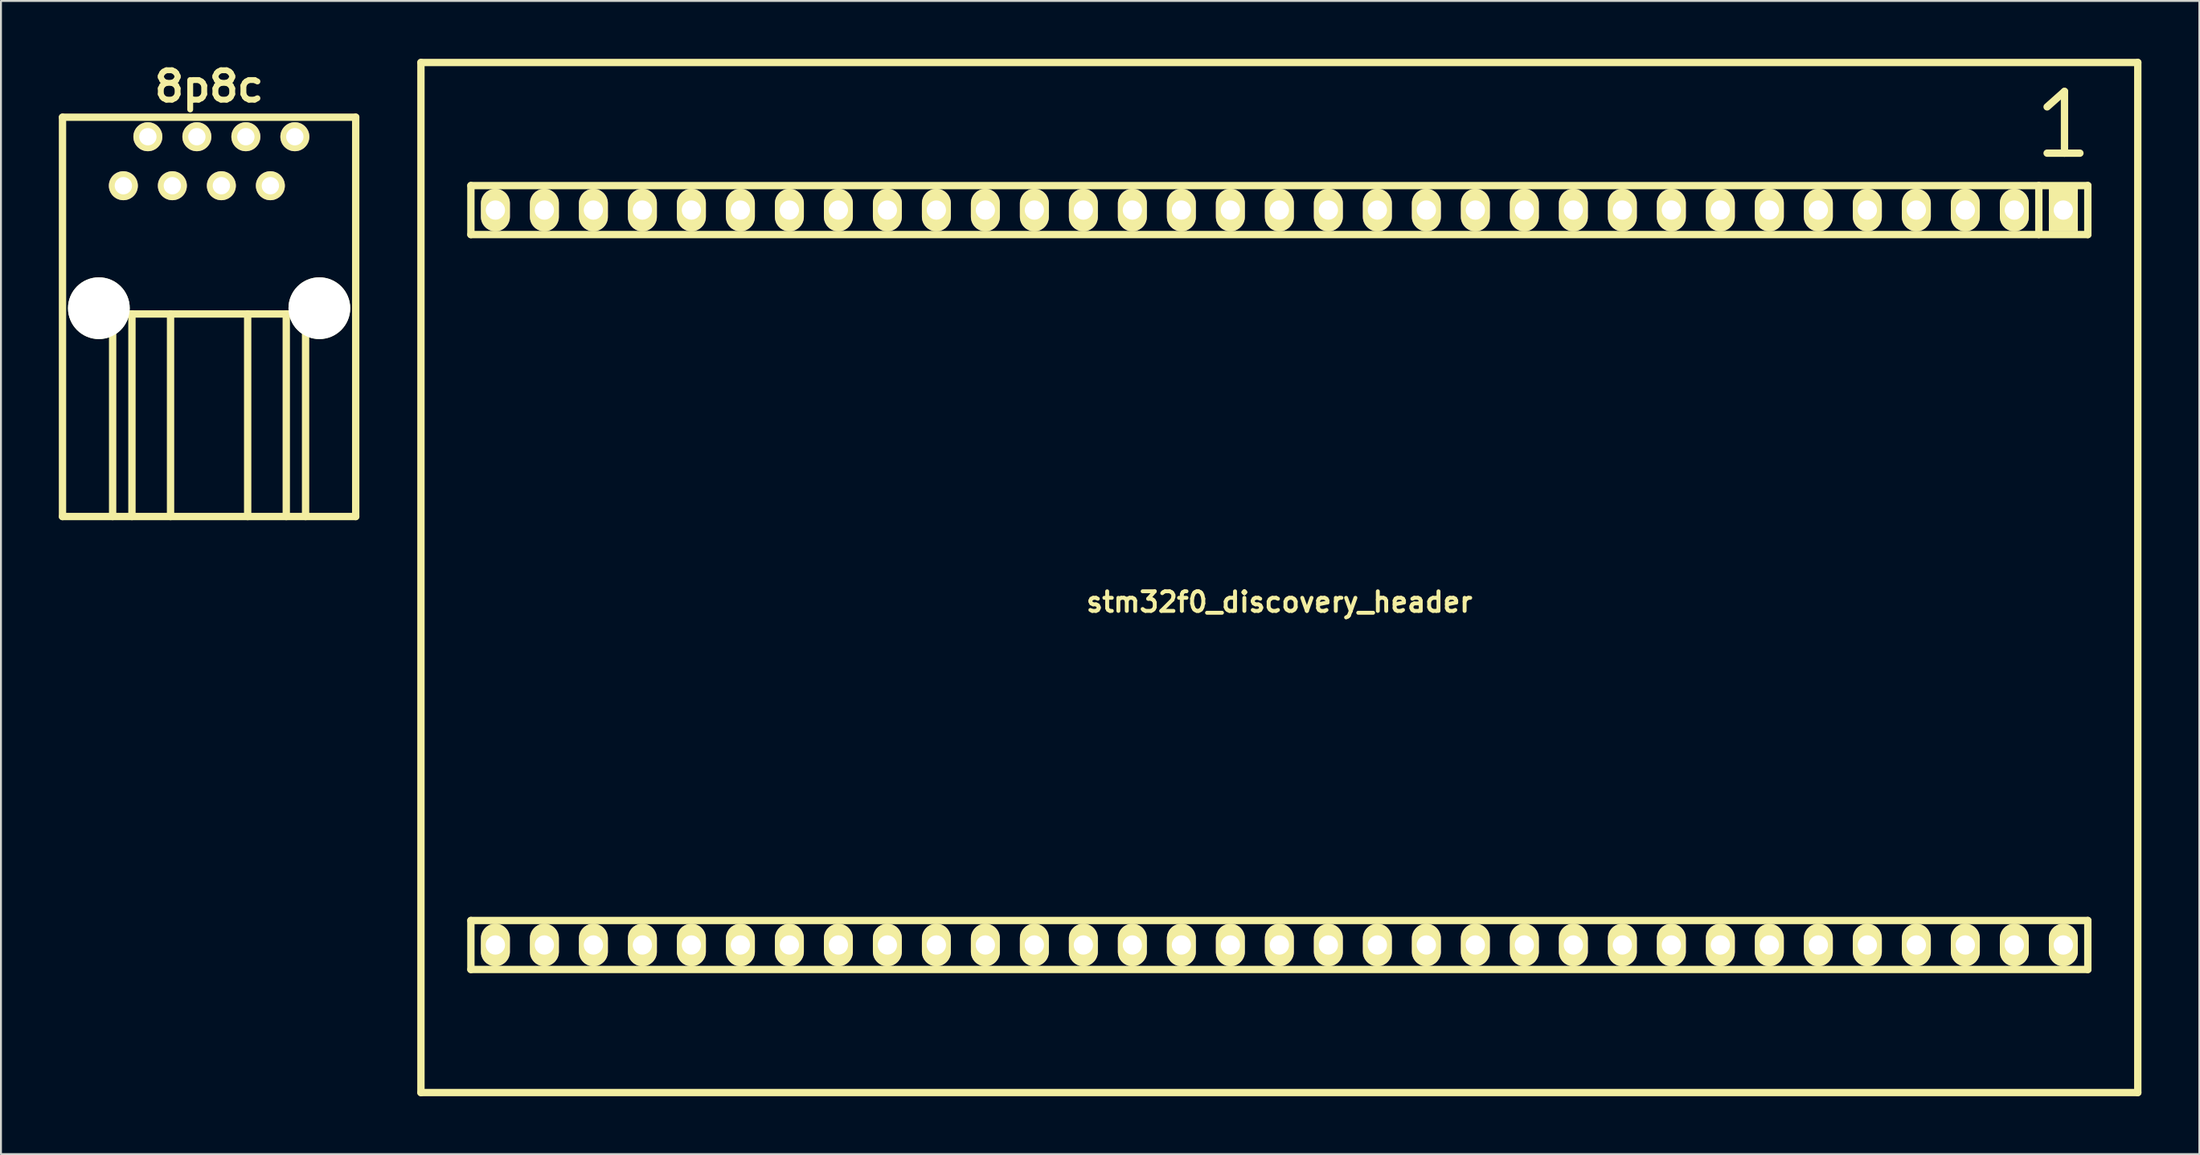
<source format=kicad_pcb>
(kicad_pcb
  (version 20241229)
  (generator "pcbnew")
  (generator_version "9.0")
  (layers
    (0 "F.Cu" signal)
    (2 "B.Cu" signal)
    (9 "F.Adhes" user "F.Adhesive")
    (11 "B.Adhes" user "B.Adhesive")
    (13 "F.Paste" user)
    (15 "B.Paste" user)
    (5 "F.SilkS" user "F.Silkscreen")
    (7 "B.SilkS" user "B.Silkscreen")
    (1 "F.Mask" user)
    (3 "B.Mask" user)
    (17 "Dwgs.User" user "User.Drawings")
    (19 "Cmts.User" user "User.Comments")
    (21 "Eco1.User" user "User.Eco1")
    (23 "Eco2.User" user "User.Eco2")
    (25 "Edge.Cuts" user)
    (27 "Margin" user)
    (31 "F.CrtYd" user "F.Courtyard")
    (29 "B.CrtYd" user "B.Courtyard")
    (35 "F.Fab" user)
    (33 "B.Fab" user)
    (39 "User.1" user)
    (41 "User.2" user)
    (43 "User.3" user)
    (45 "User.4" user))
  (footprint "8p8c"
    (layer "F.Cu")
    (at 7.79 12.928)
    (property "Reference" "8p8c" (at 0 -11.501 0) (layer "F.SilkS") (effects (font (size 1.524 1.524) (thickness 0.305))))
    (attr through_hole)
    (fp_line (start -7.6 -9.901) (end 7.6 -9.901) (stroke (width 0.381) (type solid)) (layer "F.SilkS"))
    (fp_line (start -7.6 10.8) (end -7.6 -9.901) (stroke (width 0.381) (type solid)) (layer "F.SilkS"))
    (fp_line (start -7.6 10.8) (end 7.6 10.8) (stroke (width 0.381) (type solid)) (layer "F.SilkS"))
    (fp_line (start -5.001 0.3) (end -5.001 10.8) (stroke (width 0.381) (type solid)) (layer "F.SilkS"))
    (fp_line (start -5.001 0.3) (end 5.001 0.3) (stroke (width 0.381) (type solid)) (layer "F.SilkS"))
    (fp_line (start -4 10.8) (end -4 0.3) (stroke (width 0.381) (type solid)) (layer "F.SilkS"))
    (fp_line (start -1.999 10.8) (end -1.999 0.3) (stroke (width 0.381) (type solid)) (layer "F.SilkS"))
    (fp_line (start 1.999 10.8) (end 1.999 0.3) (stroke (width 0.381) (type solid)) (layer "F.SilkS"))
    (fp_line (start 4 0.3) (end 4 10.8) (stroke (width 0.381) (type solid)) (layer "F.SilkS"))
    (fp_line (start 5.001 0.3) (end 5.001 10.8) (stroke (width 0.381) (type solid)) (layer "F.SilkS"))
    (fp_line (start 7.6 -9.901) (end 7.6 10.8) (stroke (width 0.381) (type solid)) (layer "F.SilkS"))
    (pad "" np_thru_hole circle (at -5.715 0) (size 3.2 3.2) (drill 3.2) (layers "*.Cu" "*.Mask" "F.SilkS"))
    (pad "" np_thru_hole circle (at 5.715 0) (size 3.2 3.2) (drill 3.2) (layers "*.Cu" "*.Mask" "F.SilkS"))
    (pad "1" thru_hole circle (at -4.445 -6.35) (size 1.501 1.501) (drill 0.899) (layers "*.Cu" "*.Mask" "F.SilkS"))
    (pad "2" thru_hole circle (at -3.175 -8.89) (size 1.501 1.501) (drill 0.899) (layers "*.Cu" "*.Mask" "F.SilkS"))
    (pad "3" thru_hole circle (at -1.905 -6.35) (size 1.501 1.501) (drill 0.899) (layers "*.Cu" "*.Mask" "F.SilkS"))
    (pad "4" thru_hole circle (at -0.635 -8.89) (size 1.501 1.501) (drill 0.899) (layers "*.Cu" "*.Mask" "F.SilkS"))
    (pad "5" thru_hole circle (at 0.635 -6.35) (size 1.501 1.501) (drill 0.899) (layers "*.Cu" "*.Mask" "F.SilkS"))
    (pad "6" thru_hole circle (at 1.905 -8.89) (size 1.501 1.501) (drill 0.899) (layers "*.Cu" "*.Mask" "F.SilkS"))
    (pad "7" thru_hole circle (at 3.175 -6.35) (size 1.501 1.501) (drill 0.899) (layers "*.Cu" "*.Mask" "F.SilkS"))
    (pad "8" thru_hole circle (at 4.445 -8.89) (size 1.501 1.501) (drill 0.899) (layers "*.Cu" "*.Mask" "F.SilkS")))
  (footprint "stm32f0_discovery_header"
    (layer "F.Cu")
    (at 63.271 26.89)
    (property "Reference" "stm32f0_discovery_header" (at 0 1.27 0) (layer "F.SilkS") (effects (font (size 1.016 1.016) (thickness 0.203))))
    (attr through_hole)
    (fp_line (start -44.5 26.7) (end -44.5 -26.7) (stroke (width 0.381) (type solid)) (layer "F.SilkS"))
    (fp_line (start -44.5 26.7) (end 44.5 26.7) (stroke (width 0.381) (type solid)) (layer "F.SilkS"))
    (fp_line (start -41.91 -20.32) (end -41.91 -17.78) (stroke (width 0.381) (type solid)) (layer "F.SilkS"))
    (fp_line (start -41.91 -20.32) (end 41.91 -20.32) (stroke (width 0.381) (type solid)) (layer "F.SilkS"))
    (fp_line (start -41.91 -17.78) (end 41.91 -17.78) (stroke (width 0.381) (type solid)) (layer "F.SilkS"))
    (fp_line (start -41.91 17.78) (end -41.91 20.32) (stroke (width 0.381) (type solid)) (layer "F.SilkS"))
    (fp_line (start -41.91 17.78) (end 41.91 17.78) (stroke (width 0.381) (type solid)) (layer "F.SilkS"))
    (fp_line (start -41.91 20.32) (end 41.91 20.32) (stroke (width 0.381) (type solid)) (layer "F.SilkS"))
    (fp_line (start 39.37 -20.32) (end 39.37 -17.78) (stroke (width 0.381) (type solid)) (layer "F.SilkS"))
    (fp_line (start 39.8 -22) (end 41.5 -22) (stroke (width 0.381) (type solid)) (layer "F.SilkS"))
    (fp_line (start 40.7 -25.2) (end 39.8 -24.4) (stroke (width 0.381) (type solid)) (layer "F.SilkS"))
    (fp_line (start 40.7 -22) (end 40.7 -25.2) (stroke (width 0.381) (type solid)) (layer "F.SilkS"))
    (fp_line (start 41.91 -20.32) (end 41.91 -17.78) (stroke (width 0.381) (type solid)) (layer "F.SilkS"))
    (fp_line (start 41.91 17.78) (end 41.91 20.32) (stroke (width 0.381) (type solid)) (layer "F.SilkS"))
    (fp_line (start 44.5 -26.7) (end -44.5 -26.7) (stroke (width 0.381) (type solid)) (layer "F.SilkS"))
    (fp_line (start 44.5 26.7) (end 44.5 -26.7) (stroke (width 0.381) (type solid)) (layer "F.SilkS"))
    (pad "1" thru_hole rect (at 40.64 -19.05) (size 1.5 2.2) (drill 1.001) (layers "*.Cu" "*.Mask" "F.SilkS"))
    (pad "2" thru_hole oval (at 38.1 -19.05) (size 1.5 2.2) (drill 0.998) (layers "*.Cu" "*.Mask" "F.SilkS"))
    (pad "3" thru_hole oval (at 35.56 -19.05) (size 1.5 2.2) (drill 0.998) (layers "*.Cu" "*.Mask" "F.SilkS"))
    (pad "4" thru_hole oval (at 33.02 -19.05) (size 1.5 2.2) (drill 0.998) (layers "*.Cu" "*.Mask" "F.SilkS"))
    (pad "5" thru_hole oval (at 30.48 -19.05) (size 1.5 2.2) (drill 0.998) (layers "*.Cu" "*.Mask" "F.SilkS"))
    (pad "6" thru_hole oval (at 27.94 -19.05) (size 1.5 2.2) (drill 0.998) (layers "*.Cu" "*.Mask" "F.SilkS"))
    (pad "7" thru_hole oval (at 25.4 -19.05) (size 1.5 2.2) (drill 0.998) (layers "*.Cu" "*.Mask" "F.SilkS"))
    (pad "8" thru_hole oval (at 22.86 -19.05) (size 1.5 2.2) (drill 0.998) (layers "*.Cu" "*.Mask" "F.SilkS"))
    (pad "9" thru_hole oval (at 20.32 -19.05) (size 1.5 2.2) (drill 0.998) (layers "*.Cu" "*.Mask" "F.SilkS"))
    (pad "10" thru_hole oval (at 17.78 -19.05) (size 1.5 2.2) (drill 0.998) (layers "*.Cu" "*.Mask" "F.SilkS"))
    (pad "11" thru_hole oval (at 15.24 -19.05) (size 1.5 2.2) (drill 0.998) (layers "*.Cu" "*.Mask" "F.SilkS"))
    (pad "12" thru_hole oval (at 12.7 -19.05) (size 1.5 2.2) (drill 0.998) (layers "*.Cu" "*.Mask" "F.SilkS"))
    (pad "13" thru_hole oval (at 10.16 -19.05) (size 1.5 2.2) (drill 0.998) (layers "*.Cu" "*.Mask" "F.SilkS"))
    (pad "14" thru_hole oval (at 7.62 -19.05) (size 1.5 2.2) (drill 0.998) (layers "*.Cu" "*.Mask" "F.SilkS"))
    (pad "15" thru_hole oval (at 5.08 -19.05) (size 1.5 2.2) (drill 0.998) (layers "*.Cu" "*.Mask" "F.SilkS"))
    (pad "16" thru_hole oval (at 2.54 -19.05) (size 1.5 2.2) (drill 0.998) (layers "*.Cu" "*.Mask" "F.SilkS"))
    (pad "17" thru_hole oval (at 0 -19.05) (size 1.5 2.2) (drill 0.998) (layers "*.Cu" "*.Mask" "F.SilkS"))
    (pad "18" thru_hole oval (at -2.54 -19.05) (size 1.5 2.2) (drill 0.998) (layers "*.Cu" "*.Mask" "F.SilkS"))
    (pad "19" thru_hole oval (at -5.08 -19.05) (size 1.5 2.2) (drill 0.998) (layers "*.Cu" "*.Mask" "F.SilkS"))
    (pad "20" thru_hole oval (at -7.62 -19.05) (size 1.5 2.2) (drill 0.998) (layers "*.Cu" "*.Mask" "F.SilkS"))
    (pad "21" thru_hole oval (at -10.16 -19.05) (size 1.5 2.2) (drill 0.998) (layers "*.Cu" "*.Mask" "F.SilkS"))
    (pad "22" thru_hole oval (at -12.7 -19.05) (size 1.5 2.2) (drill 0.998) (layers "*.Cu" "*.Mask" "F.SilkS"))
    (pad "23" thru_hole oval (at -15.24 -19.05) (size 1.5 2.2) (drill 0.998) (layers "*.Cu" "*.Mask" "F.SilkS"))
    (pad "24" thru_hole oval (at -17.78 -19.05) (size 1.5 2.2) (drill 0.998) (layers "*.Cu" "*.Mask" "F.SilkS"))
    (pad "25" thru_hole oval (at -20.32 -19.05) (size 1.5 2.2) (drill 0.998) (layers "*.Cu" "*.Mask" "F.SilkS"))
    (pad "26" thru_hole oval (at -22.86 -19.05) (size 1.5 2.2) (drill 0.998) (layers "*.Cu" "*.Mask" "F.SilkS"))
    (pad "27" thru_hole oval (at -25.4 -19.05) (size 1.5 2.2) (drill 0.998) (layers "*.Cu" "*.Mask" "F.SilkS"))
    (pad "28" thru_hole oval (at -27.94 -19.05) (size 1.5 2.2) (drill 0.998) (layers "*.Cu" "*.Mask" "F.SilkS"))
    (pad "29" thru_hole oval (at -30.48 -19.05) (size 1.5 2.2) (drill 0.998) (layers "*.Cu" "*.Mask" "F.SilkS"))
    (pad "30" thru_hole oval (at -33.02 -19.05) (size 1.5 2.2) (drill 0.998) (layers "*.Cu" "*.Mask" "F.SilkS"))
    (pad "31" thru_hole oval (at -35.56 -19.05) (size 1.5 2.2) (drill 0.998) (layers "*.Cu" "*.Mask" "F.SilkS"))
    (pad "32" thru_hole oval (at -38.1 -19.05) (size 1.5 2.2) (drill 0.998) (layers "*.Cu" "*.Mask" "F.SilkS"))
    (pad "33" thru_hole oval (at -40.64 -19.05) (size 1.5 2.2) (drill 0.998) (layers "*.Cu" "*.Mask" "F.SilkS"))
    (pad "34" thru_hole oval (at -40.64 19.05) (size 1.5 2.2) (drill 0.998) (layers "*.Cu" "*.Mask" "F.SilkS"))
    (pad "35" thru_hole oval (at -38.1 19.05) (size 1.5 2.2) (drill 0.998) (layers "*.Cu" "*.Mask" "F.SilkS"))
    (pad "36" thru_hole oval (at -35.56 19.05) (size 1.5 2.2) (drill 0.998) (layers "*.Cu" "*.Mask" "F.SilkS"))
    (pad "37" thru_hole oval (at -33.02 19.05) (size 1.5 2.2) (drill 0.998) (layers "*.Cu" "*.Mask" "F.SilkS"))
    (pad "38" thru_hole oval (at -30.48 19.05) (size 1.5 2.2) (drill 0.998) (layers "*.Cu" "*.Mask" "F.SilkS"))
    (pad "39" thru_hole oval (at -27.94 19.05) (size 1.5 2.2) (drill 0.998) (layers "*.Cu" "*.Mask" "F.SilkS"))
    (pad "40" thru_hole oval (at -25.4 19.05) (size 1.5 2.2) (drill 0.998) (layers "*.Cu" "*.Mask" "F.SilkS"))
    (pad "41" thru_hole oval (at -22.86 19.05) (size 1.5 2.2) (drill 0.998) (layers "*.Cu" "*.Mask" "F.SilkS"))
    (pad "42" thru_hole oval (at -20.32 19.05) (size 1.5 2.2) (drill 0.998) (layers "*.Cu" "*.Mask" "F.SilkS"))
    (pad "43" thru_hole oval (at -17.78 19.05) (size 1.5 2.2) (drill 0.998) (layers "*.Cu" "*.Mask" "F.SilkS"))
    (pad "44" thru_hole oval (at -15.24 19.05) (size 1.5 2.2) (drill 0.998) (layers "*.Cu" "*.Mask" "F.SilkS"))
    (pad "45" thru_hole oval (at -12.7 19.05) (size 1.5 2.2) (drill 0.998) (layers "*.Cu" "*.Mask" "F.SilkS"))
    (pad "46" thru_hole oval (at -10.16 19.05) (size 1.5 2.2) (drill 0.998) (layers "*.Cu" "*.Mask" "F.SilkS"))
    (pad "47" thru_hole oval (at -7.62 19.05) (size 1.5 2.2) (drill 0.998) (layers "*.Cu" "*.Mask" "F.SilkS"))
    (pad "48" thru_hole oval (at -5.08 19.05) (size 1.5 2.2) (drill 0.998) (layers "*.Cu" "*.Mask" "F.SilkS"))
    (pad "49" thru_hole oval (at -2.54 19.05) (size 1.5 2.2) (drill 0.998) (layers "*.Cu" "*.Mask" "F.SilkS"))
    (pad "50" thru_hole oval (at 0 19.05) (size 1.5 2.2) (drill 0.998) (layers "*.Cu" "*.Mask" "F.SilkS"))
    (pad "51" thru_hole oval (at 2.54 19.05) (size 1.5 2.2) (drill 0.998) (layers "*.Cu" "*.Mask" "F.SilkS"))
    (pad "52" thru_hole oval (at 5.08 19.05) (size 1.5 2.2) (drill 0.998) (layers "*.Cu" "*.Mask" "F.SilkS"))
    (pad "53" thru_hole oval (at 7.62 19.05) (size 1.5 2.2) (drill 0.998) (layers "*.Cu" "*.Mask" "F.SilkS"))
    (pad "54" thru_hole oval (at 10.16 19.05) (size 1.5 2.2) (drill 0.998) (layers "*.Cu" "*.Mask" "F.SilkS"))
    (pad "55" thru_hole oval (at 12.7 19.05) (size 1.5 2.2) (drill 0.998) (layers "*.Cu" "*.Mask" "F.SilkS"))
    (pad "56" thru_hole oval (at 15.24 19.05) (size 1.5 2.2) (drill 0.998) (layers "*.Cu" "*.Mask" "F.SilkS"))
    (pad "57" thru_hole oval (at 17.78 19.05) (size 1.5 2.2) (drill 0.998) (layers "*.Cu" "*.Mask" "F.SilkS"))
    (pad "58" thru_hole oval (at 20.32 19.05) (size 1.5 2.2) (drill 0.998) (layers "*.Cu" "*.Mask" "F.SilkS"))
    (pad "59" thru_hole oval (at 22.86 19.05) (size 1.5 2.2) (drill 0.998) (layers "*.Cu" "*.Mask" "F.SilkS"))
    (pad "60" thru_hole oval (at 25.4 19.05) (size 1.5 2.2) (drill 0.998) (layers "*.Cu" "*.Mask" "F.SilkS"))
    (pad "61" thru_hole oval (at 27.94 19.05) (size 1.5 2.2) (drill 0.998) (layers "*.Cu" "*.Mask" "F.SilkS"))
    (pad "62" thru_hole oval (at 30.48 19.05) (size 1.5 2.2) (drill 0.998) (layers "*.Cu" "*.Mask" "F.SilkS"))
    (pad "63" thru_hole oval (at 33.02 19.05) (size 1.5 2.2) (drill 0.998) (layers "*.Cu" "*.Mask" "F.SilkS"))
    (pad "64" thru_hole oval (at 35.56 19.05) (size 1.5 2.2) (drill 0.998) (layers "*.Cu" "*.Mask" "F.SilkS"))
    (pad "65" thru_hole oval (at 38.1 19.05) (size 1.5 2.2) (drill 0.998) (layers "*.Cu" "*.Mask" "F.SilkS"))
    (pad "66" thru_hole oval (at 40.64 19.05) (size 1.5 2.2) (drill 1.001) (layers "*.Cu" "*.Mask" "F.SilkS")))
  (gr_rect
    (start -3 -3)
    (end 110.961 56.781)
    (stroke (width 0.1) (type default))
    (fill no)
    (layer "Edge.Cuts")))
</source>
